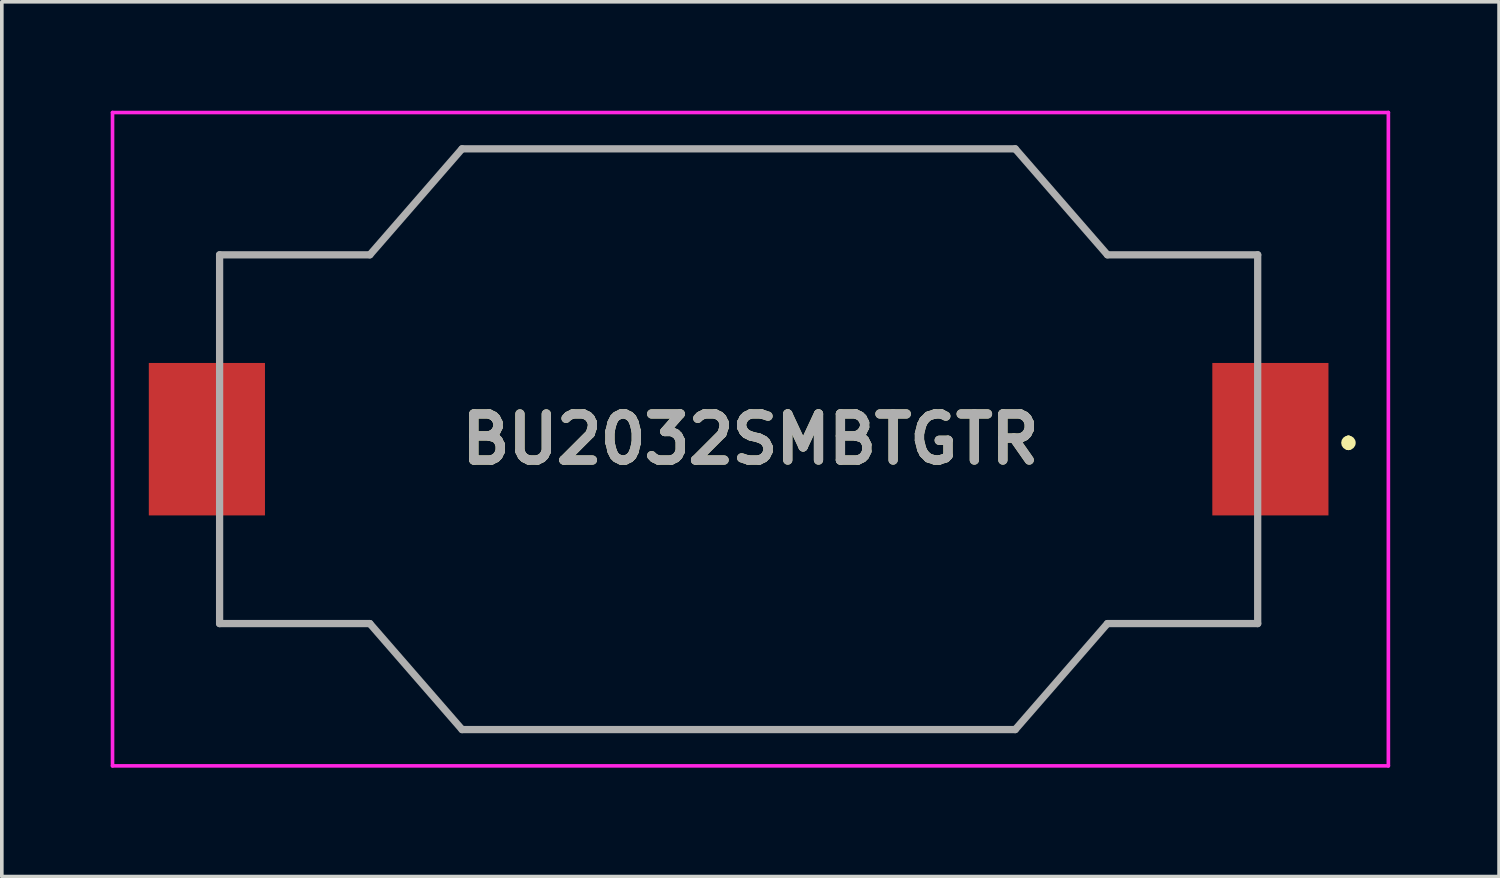
<source format=kicad_pcb>
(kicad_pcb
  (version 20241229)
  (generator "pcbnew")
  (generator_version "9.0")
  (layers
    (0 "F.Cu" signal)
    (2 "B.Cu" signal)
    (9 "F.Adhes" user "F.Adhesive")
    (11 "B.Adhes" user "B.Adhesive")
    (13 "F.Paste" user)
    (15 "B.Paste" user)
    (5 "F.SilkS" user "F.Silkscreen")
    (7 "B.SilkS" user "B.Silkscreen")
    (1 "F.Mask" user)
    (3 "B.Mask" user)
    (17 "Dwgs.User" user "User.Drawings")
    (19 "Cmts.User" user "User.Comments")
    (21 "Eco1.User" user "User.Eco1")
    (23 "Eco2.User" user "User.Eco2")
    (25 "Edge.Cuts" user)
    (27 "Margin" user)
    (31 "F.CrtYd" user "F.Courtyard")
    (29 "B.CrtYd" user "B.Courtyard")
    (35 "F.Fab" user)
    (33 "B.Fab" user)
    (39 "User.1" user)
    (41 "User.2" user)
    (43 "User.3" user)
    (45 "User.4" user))
  (footprint "BU2032SMBTGTR"
    (layer "F.Cu")
    (at 17.3 9.05)
    (property "Reference" "BU2032SMBTGTR" (at 0.325 0 0) (layer "F.SilkS") (effects (font (size 1.27 1.27) (thickness 0.254))))
    (attr smd)
    (fp_line (start -14.3 -5.08) (end -10.16 -5.08) (stroke (width 0.1) (type solid)) (layer "F.SilkS"))
    (fp_line (start -14.3 -2.54) (end -14.3 -5.08) (stroke (width 0.1) (type solid)) (layer "F.SilkS"))
    (fp_line (start -14.3 2.54) (end -14.3 5.08) (stroke (width 0.1) (type solid)) (layer "F.SilkS"))
    (fp_line (start -14.3 5.08) (end -10.16 5.08) (stroke (width 0.1) (type solid)) (layer "F.SilkS"))
    (fp_line (start -10.16 -5.08) (end -7.62 -8) (stroke (width 0.1) (type solid)) (layer "F.SilkS"))
    (fp_line (start -10.16 5.08) (end -7.62 8) (stroke (width 0.1) (type solid)) (layer "F.SilkS"))
    (fp_line (start -7.62 -8) (end 7.62 -8) (stroke (width 0.1) (type solid)) (layer "F.SilkS"))
    (fp_line (start -7.62 8) (end 7.62 8) (stroke (width 0.1) (type solid)) (layer "F.SilkS"))
    (fp_line (start 7.62 -8) (end 10.16 -5.08) (stroke (width 0.1) (type solid)) (layer "F.SilkS"))
    (fp_line (start 7.62 8) (end 10.16 5.08) (stroke (width 0.1) (type solid)) (layer "F.SilkS"))
    (fp_line (start 10.16 -5.08) (end 14.3 -5.08) (stroke (width 0.1) (type solid)) (layer "F.SilkS"))
    (fp_line (start 10.16 5.08) (end 14.3 5.08) (stroke (width 0.1) (type solid)) (layer "F.SilkS"))
    (fp_line (start 14.3 -5.08) (end 14.3 -2.54) (stroke (width 0.1) (type solid)) (layer "F.SilkS"))
    (fp_line (start 14.3 5.08) (end 14.3 2.54) (stroke (width 0.1) (type solid)) (layer "F.SilkS"))
    (fp_line (start 16.8 0) (end 16.8 0) (stroke (width 0.2) (type solid)) (layer "F.SilkS"))
    (fp_line (start 16.8 0.2) (end 16.8 0.2) (stroke (width 0.2) (type solid)) (layer "F.SilkS"))
    (fp_arc (start 16.8 0) (mid 16.9 0.1) (end 16.8 0.2) (stroke (width 0.2) (type solid)) (layer "F.SilkS"))
    (fp_arc (start 16.8 0.2) (mid 16.7 0.1) (end 16.8 0) (stroke (width 0.2) (type solid)) (layer "F.SilkS"))
    (fp_line (start -17.25 -9) (end 17.9 -9) (stroke (width 0.1) (type solid)) (layer "F.CrtYd"))
    (fp_line (start -17.25 9) (end -17.25 -9) (stroke (width 0.1) (type solid)) (layer "F.CrtYd"))
    (fp_line (start 17.9 -9) (end 17.9 9) (stroke (width 0.1) (type solid)) (layer "F.CrtYd"))
    (fp_line (start 17.9 9) (end -17.25 9) (stroke (width 0.1) (type solid)) (layer "F.CrtYd"))
    (fp_line (start -14.3 -5.08) (end -14.3 5.08) (stroke (width 0.2) (type solid)) (layer "F.Fab"))
    (fp_line (start -14.3 5.08) (end -10.16 5.08) (stroke (width 0.2) (type solid)) (layer "F.Fab"))
    (fp_line (start -10.16 -5.08) (end -14.3 -5.08) (stroke (width 0.2) (type solid)) (layer "F.Fab"))
    (fp_line (start -10.16 5.08) (end -7.62 8) (stroke (width 0.2) (type solid)) (layer "F.Fab"))
    (fp_line (start -7.62 -8) (end -10.16 -5.08) (stroke (width 0.2) (type solid)) (layer "F.Fab"))
    (fp_line (start -7.62 8) (end 7.62 8) (stroke (width 0.2) (type solid)) (layer "F.Fab"))
    (fp_line (start 7.62 -8) (end -7.62 -8) (stroke (width 0.2) (type solid)) (layer "F.Fab"))
    (fp_line (start 7.62 8) (end 10.16 5.08) (stroke (width 0.2) (type solid)) (layer "F.Fab"))
    (fp_line (start 10.16 -5.08) (end 7.62 -8) (stroke (width 0.2) (type solid)) (layer "F.Fab"))
    (fp_line (start 10.16 5.08) (end 14.3 5.08) (stroke (width 0.2) (type solid)) (layer "F.Fab"))
    (fp_line (start 14.3 -5.08) (end 10.16 -5.08) (stroke (width 0.2) (type solid)) (layer "F.Fab"))
    (fp_line (start 14.3 5.08) (end 14.3 -5.08) (stroke (width 0.2) (type solid)) (layer "F.Fab"))
    (fp_text user "${REFERENCE}" (at 0.325 0 0) (layer "F.Fab") (effects (font (size 1.27 1.27) (thickness 0.254))))
    (pad "1" smd rect (at 14.65 0) (size 3.2 4.2) (layers "F.Cu" "F.Mask" "F.Paste"))
    (pad "2" smd rect (at -14.65 0) (size 3.2 4.2) (layers "F.Cu" "F.Mask" "F.Paste")))
  (gr_rect
    (start -3 -3)
    (end 38.25 21.1)
    (stroke (width 0.1) (type default))
    (fill no)
    (layer "Edge.Cuts")))
</source>
